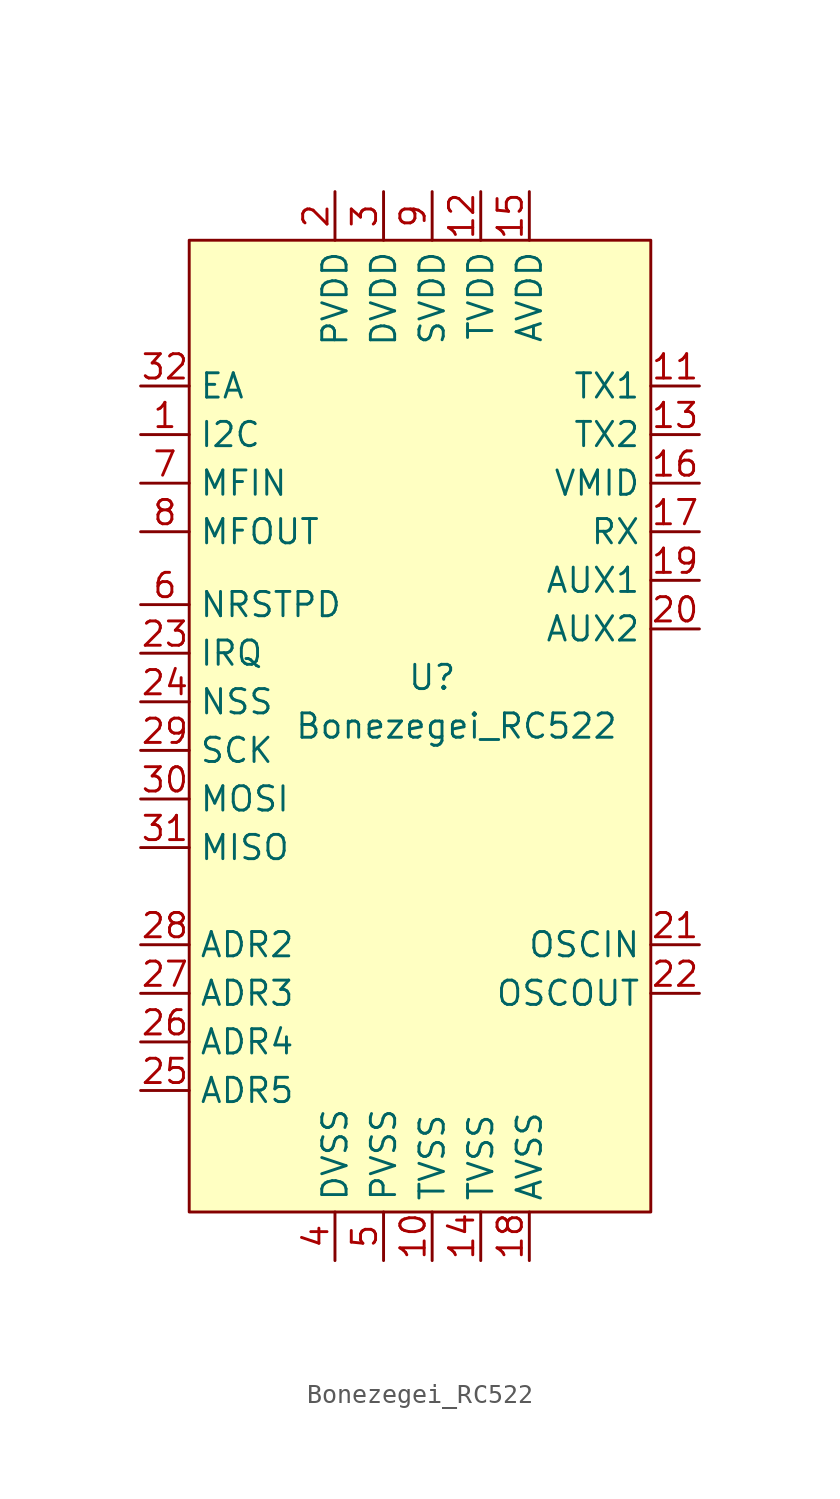
<source format=kicad_sym>
(kicad_symbol_lib
  (version 20211014)
  (generator kicad_symbol_editor)
  (symbol "Bonezegei_RC522"
    (property "Reference" "U"
      (at 0 3.81 0)
      (effects (font (size 1.27 1.27))))
    (property "Value" "Bonezegei_RC522"
      (at 1.27 1.27 0)
      (effects (font (size 1.27 1.27))))
    (symbol "Bonezegei_RC522_0_1"
      (rectangle (start -12.7 26.67) (end 11.43 -24.13) (stroke (width 0) (type default) (color 0 0 0 0)) (fill (type background))))
    (symbol "Bonezegei_RC522_1_1"
      (pin power_in line (at -15.24 16.51 0) (length 2.54) (name "I2C" (effects (font (size 1.27 1.27)))) (number "1" (effects (font (size 1.27 1.27)))))
      (pin power_in line (at 0 -26.67 90) (length 2.54) (name "TVSS" (effects (font (size 1.27 1.27)))) (number "10" (effects (font (size 1.27 1.27)))))
      (pin power_in line (at 13.97 19.05 180) (length 2.54) (name "TX1" (effects (font (size 1.27 1.27)))) (number "11" (effects (font (size 1.27 1.27)))))
      (pin power_in line (at 2.54 29.21 270) (length 2.54) (name "TVDD" (effects (font (size 1.27 1.27)))) (number "12" (effects (font (size 1.27 1.27)))))
      (pin power_in line (at 13.97 16.51 180) (length 2.54) (name "TX2" (effects (font (size 1.27 1.27)))) (number "13" (effects (font (size 1.27 1.27)))))
      (pin power_in line (at 2.54 -26.67 90) (length 2.54) (name "TVSS" (effects (font (size 1.27 1.27)))) (number "14" (effects (font (size 1.27 1.27)))))
      (pin power_in line (at 5.08 29.21 270) (length 2.54) (name "AVDD" (effects (font (size 1.27 1.27)))) (number "15" (effects (font (size 1.27 1.27)))))
      (pin power_in line (at 13.97 13.97 180) (length 2.54) (name "VMID" (effects (font (size 1.27 1.27)))) (number "16" (effects (font (size 1.27 1.27)))))
      (pin input line (at 13.97 11.43 180) (length 2.54) (name "RX" (effects (font (size 1.27 1.27)))) (number "17" (effects (font (size 1.27 1.27)))))
      (pin input line (at 5.08 -26.67 90) (length 2.54) (name "AVSS" (effects (font (size 1.27 1.27)))) (number "18" (effects (font (size 1.27 1.27)))))
      (pin input line (at 13.97 8.89 180) (length 2.54) (name "AUX1" (effects (font (size 1.27 1.27)))) (number "19" (effects (font (size 1.27 1.27)))))
      (pin power_in line (at -5.08 29.21 270) (length 2.54) (name "PVDD" (effects (font (size 1.27 1.27)))) (number "2" (effects (font (size 1.27 1.27)))))
      (pin input line (at 13.97 6.35 180) (length 2.54) (name "AUX2" (effects (font (size 1.27 1.27)))) (number "20" (effects (font (size 1.27 1.27)))))
      (pin input line (at 13.97 -10.16 180) (length 2.54) (name "OSCIN" (effects (font (size 1.27 1.27)))) (number "21" (effects (font (size 1.27 1.27)))))
      (pin input line (at 13.97 -12.7 180) (length 2.54) (name "OSCOUT" (effects (font (size 1.27 1.27)))) (number "22" (effects (font (size 1.27 1.27)))))
      (pin input line (at -15.24 5.08 0) (length 2.54) (name "IRQ" (effects (font (size 1.27 1.27)))) (number "23" (effects (font (size 1.27 1.27)))))
      (pin input line (at -15.24 2.54 0) (length 2.54) (name "NSS" (effects (font (size 1.27 1.27)))) (number "24" (effects (font (size 1.27 1.27)))))
      (pin input line (at -15.24 -17.78 0) (length 2.54) (name "ADR5" (effects (font (size 1.27 1.27)))) (number "25" (effects (font (size 1.27 1.27)))))
      (pin input line (at -15.24 -15.24 0) (length 2.54) (name "ADR4" (effects (font (size 1.27 1.27)))) (number "26" (effects (font (size 1.27 1.27)))))
      (pin input line (at -15.24 -12.7 0) (length 2.54) (name "ADR3" (effects (font (size 1.27 1.27)))) (number "27" (effects (font (size 1.27 1.27)))))
      (pin input line (at -15.24 -10.16 0) (length 2.54) (name "ADR2" (effects (font (size 1.27 1.27)))) (number "28" (effects (font (size 1.27 1.27)))))
      (pin input line (at -15.24 0 0) (length 2.54) (name "SCK" (effects (font (size 1.27 1.27)))) (number "29" (effects (font (size 1.27 1.27)))))
      (pin power_in line (at -2.54 29.21 270) (length 2.54) (name "DVDD" (effects (font (size 1.27 1.27)))) (number "3" (effects (font (size 1.27 1.27)))))
      (pin input line (at -15.24 -2.54 0) (length 2.54) (name "MOSI" (effects (font (size 1.27 1.27)))) (number "30" (effects (font (size 1.27 1.27)))))
      (pin input line (at -15.24 -5.08 0) (length 2.54) (name "MISO" (effects (font (size 1.27 1.27)))) (number "31" (effects (font (size 1.27 1.27)))))
      (pin input line (at -15.24 19.05 0) (length 2.54) (name "EA" (effects (font (size 1.27 1.27)))) (number "32" (effects (font (size 1.27 1.27)))))
      (pin power_in line (at -5.08 -26.67 90) (length 2.54) (name "DVSS" (effects (font (size 1.27 1.27)))) (number "4" (effects (font (size 1.27 1.27)))))
      (pin power_in line (at -2.54 -26.67 90) (length 2.54) (name "PVSS" (effects (font (size 1.27 1.27)))) (number "5" (effects (font (size 1.27 1.27)))))
      (pin power_in line (at -15.24 7.62 0) (length 2.54) (name "NRSTPD" (effects (font (size 1.27 1.27)))) (number "6" (effects (font (size 1.27 1.27)))))
      (pin power_in line (at -15.24 13.97 0) (length 2.54) (name "MFIN" (effects (font (size 1.27 1.27)))) (number "7" (effects (font (size 1.27 1.27)))))
      (pin power_in line (at -15.24 11.43 0) (length 2.54) (name "MFOUT" (effects (font (size 1.27 1.27)))) (number "8" (effects (font (size 1.27 1.27)))))
      (pin power_in line (at 0 29.21 270) (length 2.54) (name "SVDD" (effects (font (size 1.27 1.27)))) (number "9" (effects (font (size 1.27 1.27))))))))
</source>
